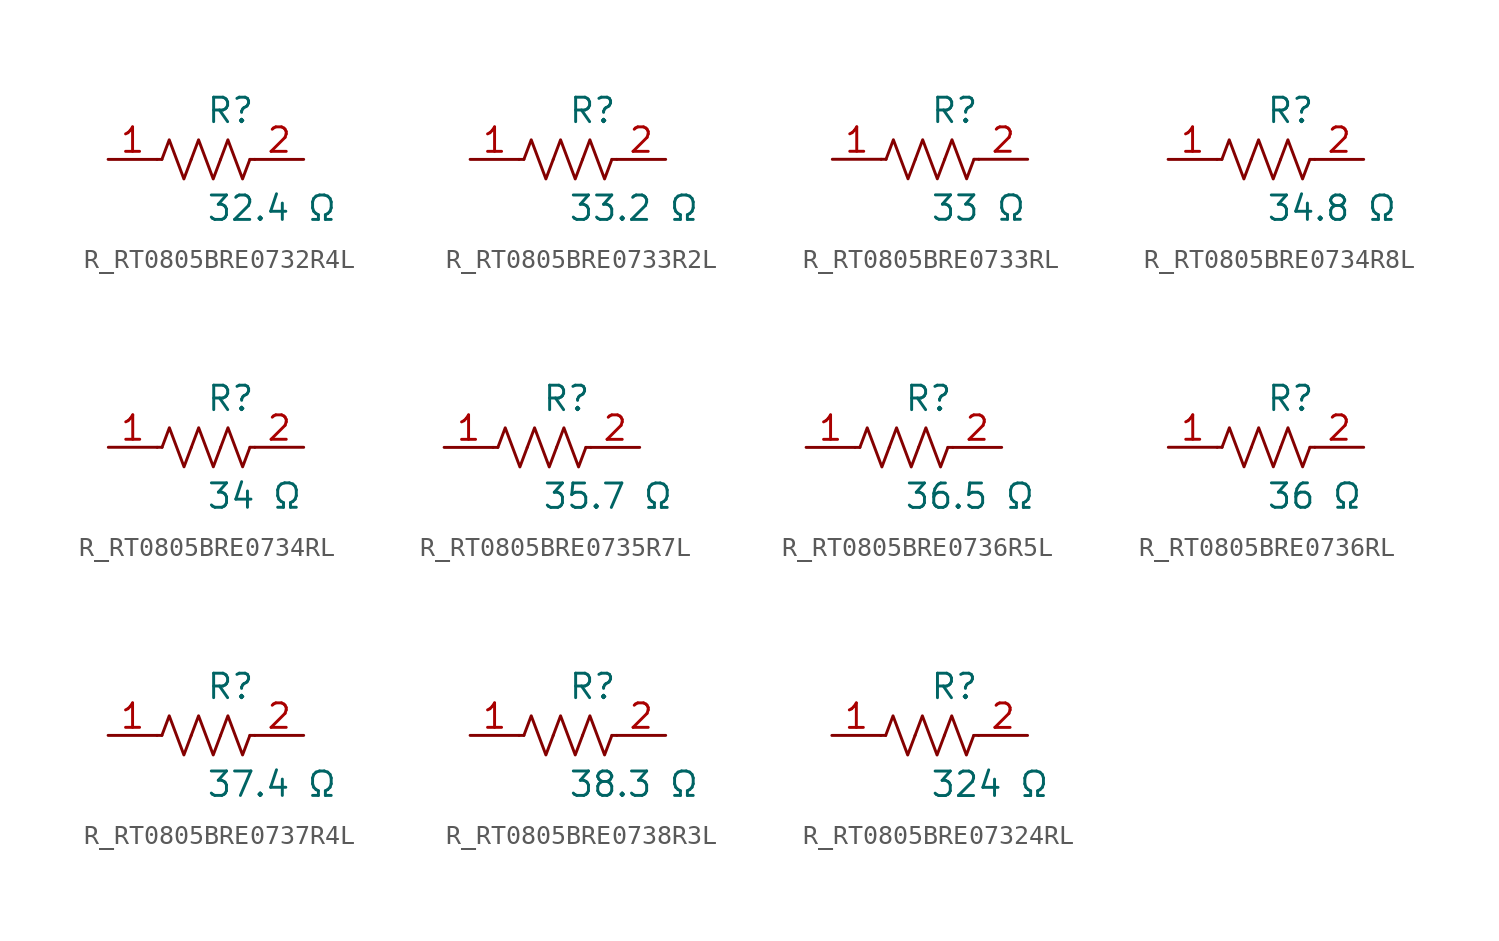
<source format=kicad_sym>
(kicad_symbol_lib
  (version 20231120)
  (generator kicad_symbol_editor)
  (generator_version 8.0)
  (symbol "R_RT0805BRE0732R4L"
    (pin_names
      (offset 0.254))
    (property "Reference" "R"
      (at 0.0 2.54 0)
      (effects (font (size 1.27 1.27)) (justify left)))
    (property "Value" "32.4 Ω"
      (at 0.0 -2.54 0)
      (effects (font (size 1.27 1.27)) (justify left)))
    (symbol "R_RT0805BRE0732R4L_0_1"
      (polyline (pts (xy 2.286 0) (xy 2.54 0)) (stroke (width 0) (type default)) (fill (type none)))
      (polyline (pts (xy -2.286 0) (xy -2.54 0)) (stroke (width 0) (type default)) (fill (type none)))
      (polyline (pts (xy 0.762 0) (xy 1.143 1.016) (xy 1.524 0) (xy 1.905 -1.016) (xy 2.286 0)) (stroke (width 0) (type default)) (fill (type none)))
      (polyline (pts (xy -0.762 0) (xy -0.381 1.016) (xy 0 0) (xy 0.381 -1.016) (xy 0.762 0)) (stroke (width 0) (type default)) (fill (type none)))
      (polyline (pts (xy -2.286 0) (xy -1.905 1.016) (xy -1.524 0) (xy -1.143 -1.016) (xy -0.762 0)) (stroke (width 0) (type default)) (fill (type none))))
    (pin unspecified line
      (at -5.08 0 0)
      (length 2.54)
      (name "" (effects (font (size 1.27 1.27))))
      (number "1" (effects (font (size 1.27 1.27)))))
    (pin unspecified line
      (at 5.08 0 180)
      (length 2.54)
      (name "" (effects (font (size 1.27 1.27))))
      (number "2" (effects (font (size 1.27 1.27))))))
  (symbol "R_RT0805BRE0733R2L"
    (pin_names
      (offset 0.254))
    (property "Reference" "R"
      (at 0.0 2.54 0)
      (effects (font (size 1.27 1.27)) (justify left)))
    (property "Value" "33.2 Ω"
      (at 0.0 -2.54 0)
      (effects (font (size 1.27 1.27)) (justify left)))
    (symbol "R_RT0805BRE0733R2L_0_1"
      (polyline (pts (xy 2.286 0) (xy 2.54 0)) (stroke (width 0) (type default)) (fill (type none)))
      (polyline (pts (xy -2.286 0) (xy -2.54 0)) (stroke (width 0) (type default)) (fill (type none)))
      (polyline (pts (xy 0.762 0) (xy 1.143 1.016) (xy 1.524 0) (xy 1.905 -1.016) (xy 2.286 0)) (stroke (width 0) (type default)) (fill (type none)))
      (polyline (pts (xy -0.762 0) (xy -0.381 1.016) (xy 0 0) (xy 0.381 -1.016) (xy 0.762 0)) (stroke (width 0) (type default)) (fill (type none)))
      (polyline (pts (xy -2.286 0) (xy -1.905 1.016) (xy -1.524 0) (xy -1.143 -1.016) (xy -0.762 0)) (stroke (width 0) (type default)) (fill (type none))))
    (pin unspecified line
      (at -5.08 0 0)
      (length 2.54)
      (name "" (effects (font (size 1.27 1.27))))
      (number "1" (effects (font (size 1.27 1.27)))))
    (pin unspecified line
      (at 5.08 0 180)
      (length 2.54)
      (name "" (effects (font (size 1.27 1.27))))
      (number "2" (effects (font (size 1.27 1.27))))))
  (symbol "R_RT0805BRE0733RL"
    (pin_names
      (offset 0.254))
    (property "Reference" "R"
      (at 0.0 2.54 0)
      (effects (font (size 1.27 1.27)) (justify left)))
    (property "Value" "33 Ω"
      (at 0.0 -2.54 0)
      (effects (font (size 1.27 1.27)) (justify left)))
    (symbol "R_RT0805BRE0733RL_0_1"
      (polyline (pts (xy 2.286 0) (xy 2.54 0)) (stroke (width 0) (type default)) (fill (type none)))
      (polyline (pts (xy -2.286 0) (xy -2.54 0)) (stroke (width 0) (type default)) (fill (type none)))
      (polyline (pts (xy 0.762 0) (xy 1.143 1.016) (xy 1.524 0) (xy 1.905 -1.016) (xy 2.286 0)) (stroke (width 0) (type default)) (fill (type none)))
      (polyline (pts (xy -0.762 0) (xy -0.381 1.016) (xy 0 0) (xy 0.381 -1.016) (xy 0.762 0)) (stroke (width 0) (type default)) (fill (type none)))
      (polyline (pts (xy -2.286 0) (xy -1.905 1.016) (xy -1.524 0) (xy -1.143 -1.016) (xy -0.762 0)) (stroke (width 0) (type default)) (fill (type none))))
    (pin unspecified line
      (at -5.08 0 0)
      (length 2.54)
      (name "" (effects (font (size 1.27 1.27))))
      (number "1" (effects (font (size 1.27 1.27)))))
    (pin unspecified line
      (at 5.08 0 180)
      (length 2.54)
      (name "" (effects (font (size 1.27 1.27))))
      (number "2" (effects (font (size 1.27 1.27))))))
  (symbol "R_RT0805BRE0734R8L"
    (pin_names
      (offset 0.254))
    (property "Reference" "R"
      (at 0.0 2.54 0)
      (effects (font (size 1.27 1.27)) (justify left)))
    (property "Value" "34.8 Ω"
      (at 0.0 -2.54 0)
      (effects (font (size 1.27 1.27)) (justify left)))
    (symbol "R_RT0805BRE0734R8L_0_1"
      (polyline (pts (xy 2.286 0) (xy 2.54 0)) (stroke (width 0) (type default)) (fill (type none)))
      (polyline (pts (xy -2.286 0) (xy -2.54 0)) (stroke (width 0) (type default)) (fill (type none)))
      (polyline (pts (xy 0.762 0) (xy 1.143 1.016) (xy 1.524 0) (xy 1.905 -1.016) (xy 2.286 0)) (stroke (width 0) (type default)) (fill (type none)))
      (polyline (pts (xy -0.762 0) (xy -0.381 1.016) (xy 0 0) (xy 0.381 -1.016) (xy 0.762 0)) (stroke (width 0) (type default)) (fill (type none)))
      (polyline (pts (xy -2.286 0) (xy -1.905 1.016) (xy -1.524 0) (xy -1.143 -1.016) (xy -0.762 0)) (stroke (width 0) (type default)) (fill (type none))))
    (pin unspecified line
      (at -5.08 0 0)
      (length 2.54)
      (name "" (effects (font (size 1.27 1.27))))
      (number "1" (effects (font (size 1.27 1.27)))))
    (pin unspecified line
      (at 5.08 0 180)
      (length 2.54)
      (name "" (effects (font (size 1.27 1.27))))
      (number "2" (effects (font (size 1.27 1.27))))))
  (symbol "R_RT0805BRE0734RL"
    (pin_names
      (offset 0.254))
    (property "Reference" "R"
      (at 0.0 2.54 0)
      (effects (font (size 1.27 1.27)) (justify left)))
    (property "Value" "34 Ω"
      (at 0.0 -2.54 0)
      (effects (font (size 1.27 1.27)) (justify left)))
    (symbol "R_RT0805BRE0734RL_0_1"
      (polyline (pts (xy 2.286 0) (xy 2.54 0)) (stroke (width 0) (type default)) (fill (type none)))
      (polyline (pts (xy -2.286 0) (xy -2.54 0)) (stroke (width 0) (type default)) (fill (type none)))
      (polyline (pts (xy 0.762 0) (xy 1.143 1.016) (xy 1.524 0) (xy 1.905 -1.016) (xy 2.286 0)) (stroke (width 0) (type default)) (fill (type none)))
      (polyline (pts (xy -0.762 0) (xy -0.381 1.016) (xy 0 0) (xy 0.381 -1.016) (xy 0.762 0)) (stroke (width 0) (type default)) (fill (type none)))
      (polyline (pts (xy -2.286 0) (xy -1.905 1.016) (xy -1.524 0) (xy -1.143 -1.016) (xy -0.762 0)) (stroke (width 0) (type default)) (fill (type none))))
    (pin unspecified line
      (at -5.08 0 0)
      (length 2.54)
      (name "" (effects (font (size 1.27 1.27))))
      (number "1" (effects (font (size 1.27 1.27)))))
    (pin unspecified line
      (at 5.08 0 180)
      (length 2.54)
      (name "" (effects (font (size 1.27 1.27))))
      (number "2" (effects (font (size 1.27 1.27))))))
  (symbol "R_RT0805BRE0735R7L"
    (pin_names
      (offset 0.254))
    (property "Reference" "R"
      (at 0.0 2.54 0)
      (effects (font (size 1.27 1.27)) (justify left)))
    (property "Value" "35.7 Ω"
      (at 0.0 -2.54 0)
      (effects (font (size 1.27 1.27)) (justify left)))
    (symbol "R_RT0805BRE0735R7L_0_1"
      (polyline (pts (xy 2.286 0) (xy 2.54 0)) (stroke (width 0) (type default)) (fill (type none)))
      (polyline (pts (xy -2.286 0) (xy -2.54 0)) (stroke (width 0) (type default)) (fill (type none)))
      (polyline (pts (xy 0.762 0) (xy 1.143 1.016) (xy 1.524 0) (xy 1.905 -1.016) (xy 2.286 0)) (stroke (width 0) (type default)) (fill (type none)))
      (polyline (pts (xy -0.762 0) (xy -0.381 1.016) (xy 0 0) (xy 0.381 -1.016) (xy 0.762 0)) (stroke (width 0) (type default)) (fill (type none)))
      (polyline (pts (xy -2.286 0) (xy -1.905 1.016) (xy -1.524 0) (xy -1.143 -1.016) (xy -0.762 0)) (stroke (width 0) (type default)) (fill (type none))))
    (pin unspecified line
      (at -5.08 0 0)
      (length 2.54)
      (name "" (effects (font (size 1.27 1.27))))
      (number "1" (effects (font (size 1.27 1.27)))))
    (pin unspecified line
      (at 5.08 0 180)
      (length 2.54)
      (name "" (effects (font (size 1.27 1.27))))
      (number "2" (effects (font (size 1.27 1.27))))))
  (symbol "R_RT0805BRE0736R5L"
    (pin_names
      (offset 0.254))
    (property "Reference" "R"
      (at 0.0 2.54 0)
      (effects (font (size 1.27 1.27)) (justify left)))
    (property "Value" "36.5 Ω"
      (at 0.0 -2.54 0)
      (effects (font (size 1.27 1.27)) (justify left)))
    (symbol "R_RT0805BRE0736R5L_0_1"
      (polyline (pts (xy 2.286 0) (xy 2.54 0)) (stroke (width 0) (type default)) (fill (type none)))
      (polyline (pts (xy -2.286 0) (xy -2.54 0)) (stroke (width 0) (type default)) (fill (type none)))
      (polyline (pts (xy 0.762 0) (xy 1.143 1.016) (xy 1.524 0) (xy 1.905 -1.016) (xy 2.286 0)) (stroke (width 0) (type default)) (fill (type none)))
      (polyline (pts (xy -0.762 0) (xy -0.381 1.016) (xy 0 0) (xy 0.381 -1.016) (xy 0.762 0)) (stroke (width 0) (type default)) (fill (type none)))
      (polyline (pts (xy -2.286 0) (xy -1.905 1.016) (xy -1.524 0) (xy -1.143 -1.016) (xy -0.762 0)) (stroke (width 0) (type default)) (fill (type none))))
    (pin unspecified line
      (at -5.08 0 0)
      (length 2.54)
      (name "" (effects (font (size 1.27 1.27))))
      (number "1" (effects (font (size 1.27 1.27)))))
    (pin unspecified line
      (at 5.08 0 180)
      (length 2.54)
      (name "" (effects (font (size 1.27 1.27))))
      (number "2" (effects (font (size 1.27 1.27))))))
  (symbol "R_RT0805BRE0736RL"
    (pin_names
      (offset 0.254))
    (property "Reference" "R"
      (at 0.0 2.54 0)
      (effects (font (size 1.27 1.27)) (justify left)))
    (property "Value" "36 Ω"
      (at 0.0 -2.54 0)
      (effects (font (size 1.27 1.27)) (justify left)))
    (symbol "R_RT0805BRE0736RL_0_1"
      (polyline (pts (xy 2.286 0) (xy 2.54 0)) (stroke (width 0) (type default)) (fill (type none)))
      (polyline (pts (xy -2.286 0) (xy -2.54 0)) (stroke (width 0) (type default)) (fill (type none)))
      (polyline (pts (xy 0.762 0) (xy 1.143 1.016) (xy 1.524 0) (xy 1.905 -1.016) (xy 2.286 0)) (stroke (width 0) (type default)) (fill (type none)))
      (polyline (pts (xy -0.762 0) (xy -0.381 1.016) (xy 0 0) (xy 0.381 -1.016) (xy 0.762 0)) (stroke (width 0) (type default)) (fill (type none)))
      (polyline (pts (xy -2.286 0) (xy -1.905 1.016) (xy -1.524 0) (xy -1.143 -1.016) (xy -0.762 0)) (stroke (width 0) (type default)) (fill (type none))))
    (pin unspecified line
      (at -5.08 0 0)
      (length 2.54)
      (name "" (effects (font (size 1.27 1.27))))
      (number "1" (effects (font (size 1.27 1.27)))))
    (pin unspecified line
      (at 5.08 0 180)
      (length 2.54)
      (name "" (effects (font (size 1.27 1.27))))
      (number "2" (effects (font (size 1.27 1.27))))))
  (symbol "R_RT0805BRE0737R4L"
    (pin_names
      (offset 0.254))
    (property "Reference" "R"
      (at 0.0 2.54 0)
      (effects (font (size 1.27 1.27)) (justify left)))
    (property "Value" "37.4 Ω"
      (at 0.0 -2.54 0)
      (effects (font (size 1.27 1.27)) (justify left)))
    (symbol "R_RT0805BRE0737R4L_0_1"
      (polyline (pts (xy 2.286 0) (xy 2.54 0)) (stroke (width 0) (type default)) (fill (type none)))
      (polyline (pts (xy -2.286 0) (xy -2.54 0)) (stroke (width 0) (type default)) (fill (type none)))
      (polyline (pts (xy 0.762 0) (xy 1.143 1.016) (xy 1.524 0) (xy 1.905 -1.016) (xy 2.286 0)) (stroke (width 0) (type default)) (fill (type none)))
      (polyline (pts (xy -0.762 0) (xy -0.381 1.016) (xy 0 0) (xy 0.381 -1.016) (xy 0.762 0)) (stroke (width 0) (type default)) (fill (type none)))
      (polyline (pts (xy -2.286 0) (xy -1.905 1.016) (xy -1.524 0) (xy -1.143 -1.016) (xy -0.762 0)) (stroke (width 0) (type default)) (fill (type none))))
    (pin unspecified line
      (at -5.08 0 0)
      (length 2.54)
      (name "" (effects (font (size 1.27 1.27))))
      (number "1" (effects (font (size 1.27 1.27)))))
    (pin unspecified line
      (at 5.08 0 180)
      (length 2.54)
      (name "" (effects (font (size 1.27 1.27))))
      (number "2" (effects (font (size 1.27 1.27))))))
  (symbol "R_RT0805BRE0738R3L"
    (pin_names
      (offset 0.254))
    (property "Reference" "R"
      (at 0.0 2.54 0)
      (effects (font (size 1.27 1.27)) (justify left)))
    (property "Value" "38.3 Ω"
      (at 0.0 -2.54 0)
      (effects (font (size 1.27 1.27)) (justify left)))
    (symbol "R_RT0805BRE0738R3L_0_1"
      (polyline (pts (xy 2.286 0) (xy 2.54 0)) (stroke (width 0) (type default)) (fill (type none)))
      (polyline (pts (xy -2.286 0) (xy -2.54 0)) (stroke (width 0) (type default)) (fill (type none)))
      (polyline (pts (xy 0.762 0) (xy 1.143 1.016) (xy 1.524 0) (xy 1.905 -1.016) (xy 2.286 0)) (stroke (width 0) (type default)) (fill (type none)))
      (polyline (pts (xy -0.762 0) (xy -0.381 1.016) (xy 0 0) (xy 0.381 -1.016) (xy 0.762 0)) (stroke (width 0) (type default)) (fill (type none)))
      (polyline (pts (xy -2.286 0) (xy -1.905 1.016) (xy -1.524 0) (xy -1.143 -1.016) (xy -0.762 0)) (stroke (width 0) (type default)) (fill (type none))))
    (pin unspecified line
      (at -5.08 0 0)
      (length 2.54)
      (name "" (effects (font (size 1.27 1.27))))
      (number "1" (effects (font (size 1.27 1.27)))))
    (pin unspecified line
      (at 5.08 0 180)
      (length 2.54)
      (name "" (effects (font (size 1.27 1.27))))
      (number "2" (effects (font (size 1.27 1.27))))))
  (symbol "R_RT0805BRE07324RL"
    (pin_names
      (offset 0.254))
    (property "Reference" "R"
      (at 0.0 2.54 0)
      (effects (font (size 1.27 1.27)) (justify left)))
    (property "Value" "324 Ω"
      (at 0.0 -2.54 0)
      (effects (font (size 1.27 1.27)) (justify left)))
    (symbol "R_RT0805BRE07324RL_0_1"
      (polyline (pts (xy 2.286 0) (xy 2.54 0)) (stroke (width 0) (type default)) (fill (type none)))
      (polyline (pts (xy -2.286 0) (xy -2.54 0)) (stroke (width 0) (type default)) (fill (type none)))
      (polyline (pts (xy 0.762 0) (xy 1.143 1.016) (xy 1.524 0) (xy 1.905 -1.016) (xy 2.286 0)) (stroke (width 0) (type default)) (fill (type none)))
      (polyline (pts (xy -0.762 0) (xy -0.381 1.016) (xy 0 0) (xy 0.381 -1.016) (xy 0.762 0)) (stroke (width 0) (type default)) (fill (type none)))
      (polyline (pts (xy -2.286 0) (xy -1.905 1.016) (xy -1.524 0) (xy -1.143 -1.016) (xy -0.762 0)) (stroke (width 0) (type default)) (fill (type none))))
    (pin unspecified line
      (at -5.08 0 0)
      (length 2.54)
      (name "" (effects (font (size 1.27 1.27))))
      (number "1" (effects (font (size 1.27 1.27)))))
    (pin unspecified line
      (at 5.08 0 180)
      (length 2.54)
      (name "" (effects (font (size 1.27 1.27))))
      (number "2" (effects (font (size 1.27 1.27)))))))
</source>
